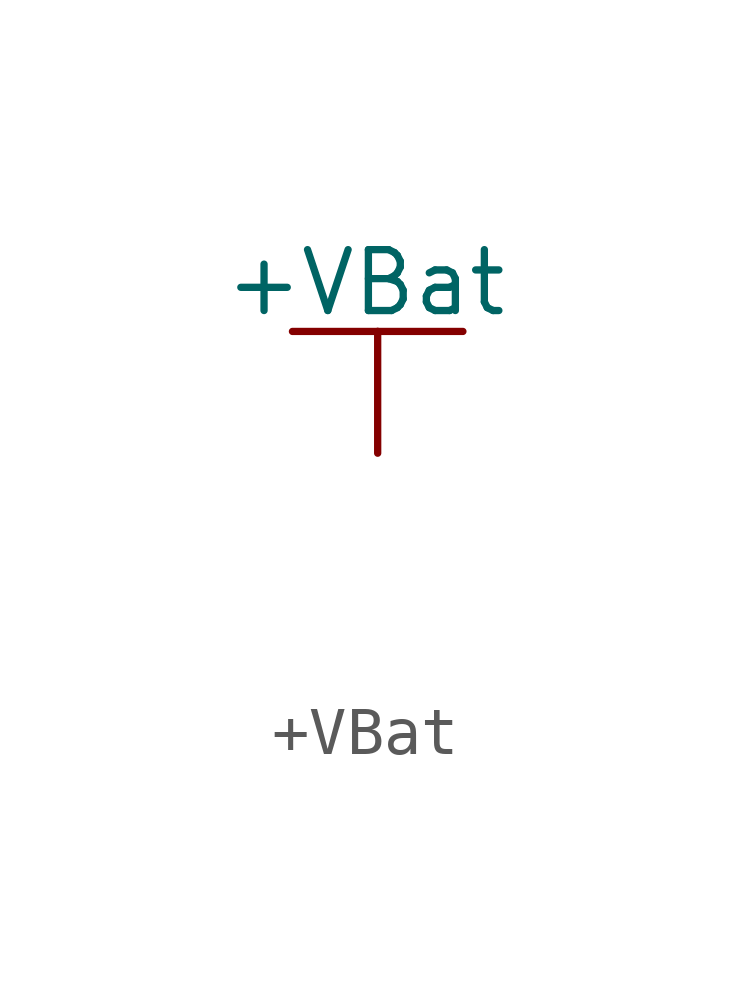
<source format=kicad_sym>
(kicad_symbol_lib
  (version 20231120)
  (generator "kicad_symbol_editor")
  (generator_version "8.0")
  (symbol "+VBat"
    (power)
    (pin_numbers hide)
    (pin_names
      (offset 0) hide)
    (property "Reference" "#PWR"
      (at 0 -3.81 0)
      (effects (font (size 1.27 1.27)) (hide yes)))
    (property "Value" "+VBat"
      (at -0.254 3.556 0)
      (effects (font (size 1.27 1.27))))
    (property "Footprint" ""
      (at 0 0 0)
      (effects (font (size 1.524 1.524))))
    (property "Datasheet" ""
      (at 0 -3.81 0)
      (effects (font (size 1.524 1.524))))
    (symbol "+VBat_0_1"
      (polyline (pts (xy -1.778 2.54) (xy 0 2.54)) (stroke (width 0) (type default)) (fill (type none)))
      (polyline (pts (xy 0 0) (xy 0 2.54)) (stroke (width 0) (type default)) (fill (type none)))
      (polyline (pts (xy 0 2.54) (xy 1.778 2.54)) (stroke (width 0) (type default)) (fill (type none))))
    (symbol "+VBat_1_1"
      (pin power_in line (at 0 0 90) (length 0) hide (name "+VBat" (effects (font (size 1.27 1.27)))) (number "1" (effects (font (size 1.27 1.27))))))))
</source>
